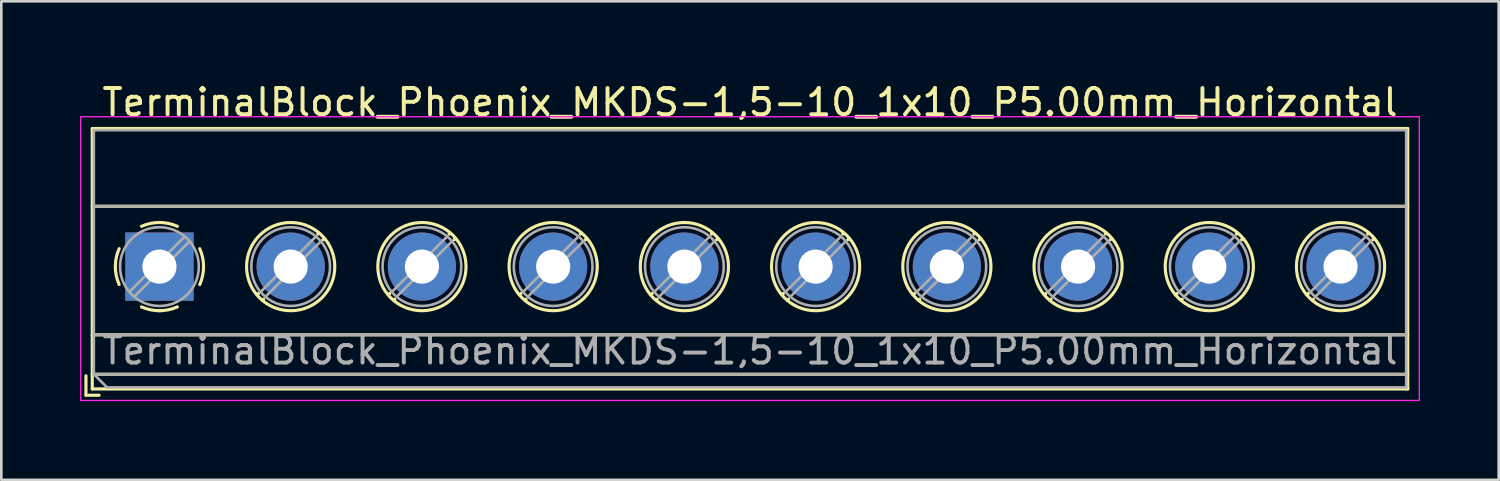
<source format=kicad_pcb>
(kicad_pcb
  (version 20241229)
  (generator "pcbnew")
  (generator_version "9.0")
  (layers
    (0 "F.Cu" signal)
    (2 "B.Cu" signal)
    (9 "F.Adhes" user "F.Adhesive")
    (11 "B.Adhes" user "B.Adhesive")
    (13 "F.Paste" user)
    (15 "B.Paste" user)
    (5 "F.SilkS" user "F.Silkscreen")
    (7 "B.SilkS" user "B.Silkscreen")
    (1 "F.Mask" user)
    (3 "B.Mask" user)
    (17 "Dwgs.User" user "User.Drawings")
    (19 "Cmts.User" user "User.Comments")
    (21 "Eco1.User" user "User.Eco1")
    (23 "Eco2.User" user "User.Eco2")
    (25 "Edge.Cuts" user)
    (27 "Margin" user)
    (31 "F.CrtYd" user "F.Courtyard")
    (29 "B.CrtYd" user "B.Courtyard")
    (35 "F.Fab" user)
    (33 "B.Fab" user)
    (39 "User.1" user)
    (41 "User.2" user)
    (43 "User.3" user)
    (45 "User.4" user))
  (footprint "TerminalBlock_Phoenix_MKDS-1,5-10_1x10_P5.00mm_Horizontal"
    (layer "F.Cu")
    (at 3.025 7.108)
    (property "Reference" "TerminalBlock_Phoenix_MKDS-1,5-10_1x10_P5.00mm_Horizontal" (at 22.5 -6.26 0) (layer "F.SilkS") (effects (font (size 1 1) (thickness 0.15))))
    (attr through_hole)
    (fp_line (start -2.8 4.16) (end -2.8 4.9) (stroke (width 0.12) (type solid)) (layer "F.SilkS"))
    (fp_line (start -2.8 4.9) (end -2.3 4.9) (stroke (width 0.12) (type solid)) (layer "F.SilkS"))
    (fp_line (start -2.56 -5.261) (end -2.56 4.66) (stroke (width 0.12) (type solid)) (layer "F.SilkS"))
    (fp_line (start -2.56 -5.261) (end 47.56 -5.261) (stroke (width 0.12) (type solid)) (layer "F.SilkS"))
    (fp_line (start -2.56 -2.301) (end 47.56 -2.301) (stroke (width 0.12) (type solid)) (layer "F.SilkS"))
    (fp_line (start -2.56 2.6) (end 47.56 2.6) (stroke (width 0.12) (type solid)) (layer "F.SilkS"))
    (fp_line (start -2.56 4.1) (end 47.56 4.1) (stroke (width 0.12) (type solid)) (layer "F.SilkS"))
    (fp_line (start -2.56 4.66) (end 47.56 4.66) (stroke (width 0.12) (type solid)) (layer "F.SilkS"))
    (fp_line (start 3.773 1.023) (end 3.726 1.069) (stroke (width 0.12) (type solid)) (layer "F.SilkS"))
    (fp_line (start 3.966 1.239) (end 3.931 1.274) (stroke (width 0.12) (type solid)) (layer "F.SilkS"))
    (fp_line (start 6.07 -1.275) (end 6.035 -1.239) (stroke (width 0.12) (type solid)) (layer "F.SilkS"))
    (fp_line (start 6.275 -1.069) (end 6.228 -1.023) (stroke (width 0.12) (type solid)) (layer "F.SilkS"))
    (fp_line (start 8.773 1.023) (end 8.726 1.069) (stroke (width 0.12) (type solid)) (layer "F.SilkS"))
    (fp_line (start 8.966 1.239) (end 8.931 1.274) (stroke (width 0.12) (type solid)) (layer "F.SilkS"))
    (fp_line (start 11.07 -1.275) (end 11.035 -1.239) (stroke (width 0.12) (type solid)) (layer "F.SilkS"))
    (fp_line (start 11.275 -1.069) (end 11.228 -1.023) (stroke (width 0.12) (type solid)) (layer "F.SilkS"))
    (fp_line (start 13.773 1.023) (end 13.726 1.069) (stroke (width 0.12) (type solid)) (layer "F.SilkS"))
    (fp_line (start 13.966 1.239) (end 13.931 1.274) (stroke (width 0.12) (type solid)) (layer "F.SilkS"))
    (fp_line (start 16.07 -1.275) (end 16.035 -1.239) (stroke (width 0.12) (type solid)) (layer "F.SilkS"))
    (fp_line (start 16.275 -1.069) (end 16.228 -1.023) (stroke (width 0.12) (type solid)) (layer "F.SilkS"))
    (fp_line (start 18.773 1.023) (end 18.726 1.069) (stroke (width 0.12) (type solid)) (layer "F.SilkS"))
    (fp_line (start 18.966 1.239) (end 18.931 1.274) (stroke (width 0.12) (type solid)) (layer "F.SilkS"))
    (fp_line (start 21.07 -1.275) (end 21.035 -1.239) (stroke (width 0.12) (type solid)) (layer "F.SilkS"))
    (fp_line (start 21.275 -1.069) (end 21.228 -1.023) (stroke (width 0.12) (type solid)) (layer "F.SilkS"))
    (fp_line (start 23.773 1.023) (end 23.726 1.069) (stroke (width 0.12) (type solid)) (layer "F.SilkS"))
    (fp_line (start 23.966 1.239) (end 23.931 1.274) (stroke (width 0.12) (type solid)) (layer "F.SilkS"))
    (fp_line (start 26.07 -1.275) (end 26.035 -1.239) (stroke (width 0.12) (type solid)) (layer "F.SilkS"))
    (fp_line (start 26.275 -1.069) (end 26.228 -1.023) (stroke (width 0.12) (type solid)) (layer "F.SilkS"))
    (fp_line (start 28.773 1.023) (end 28.726 1.069) (stroke (width 0.12) (type solid)) (layer "F.SilkS"))
    (fp_line (start 28.966 1.239) (end 28.931 1.274) (stroke (width 0.12) (type solid)) (layer "F.SilkS"))
    (fp_line (start 31.07 -1.275) (end 31.035 -1.239) (stroke (width 0.12) (type solid)) (layer "F.SilkS"))
    (fp_line (start 31.275 -1.069) (end 31.228 -1.023) (stroke (width 0.12) (type solid)) (layer "F.SilkS"))
    (fp_line (start 33.773 1.023) (end 33.726 1.069) (stroke (width 0.12) (type solid)) (layer "F.SilkS"))
    (fp_line (start 33.966 1.239) (end 33.931 1.274) (stroke (width 0.12) (type solid)) (layer "F.SilkS"))
    (fp_line (start 36.07 -1.275) (end 36.035 -1.239) (stroke (width 0.12) (type solid)) (layer "F.SilkS"))
    (fp_line (start 36.275 -1.069) (end 36.228 -1.023) (stroke (width 0.12) (type solid)) (layer "F.SilkS"))
    (fp_line (start 38.773 1.023) (end 38.726 1.069) (stroke (width 0.12) (type solid)) (layer "F.SilkS"))
    (fp_line (start 38.966 1.239) (end 38.931 1.274) (stroke (width 0.12) (type solid)) (layer "F.SilkS"))
    (fp_line (start 41.07 -1.275) (end 41.035 -1.239) (stroke (width 0.12) (type solid)) (layer "F.SilkS"))
    (fp_line (start 41.275 -1.069) (end 41.228 -1.023) (stroke (width 0.12) (type solid)) (layer "F.SilkS"))
    (fp_line (start 43.773 1.023) (end 43.726 1.069) (stroke (width 0.12) (type solid)) (layer "F.SilkS"))
    (fp_line (start 43.966 1.239) (end 43.931 1.274) (stroke (width 0.12) (type solid)) (layer "F.SilkS"))
    (fp_line (start 46.07 -1.275) (end 46.035 -1.239) (stroke (width 0.12) (type solid)) (layer "F.SilkS"))
    (fp_line (start 46.275 -1.069) (end 46.228 -1.023) (stroke (width 0.12) (type solid)) (layer "F.SilkS"))
    (fp_line (start 47.56 -5.261) (end 47.56 4.66) (stroke (width 0.12) (type solid)) (layer "F.SilkS"))
    (fp_arc (start -1.535427 0.683042) (mid -1.680501 -0.000524) (end -1.535 -0.684) (stroke (width 0.12) (type solid)) (layer "F.SilkS"))
    (fp_arc (start -0.683042 -1.535427) (mid 0.000524 -1.680501) (end 0.684 -1.535) (stroke (width 0.12) (type solid)) (layer "F.SilkS"))
    (fp_arc (start 0.028805 1.680253) (mid -0.335551 1.646659) (end -0.684 1.535) (stroke (width 0.12) (type solid)) (layer "F.SilkS"))
    (fp_arc (start 0.683318 1.534756) (mid 0.349292 1.643288) (end 0 1.68) (stroke (width 0.12) (type solid)) (layer "F.SilkS"))
    (fp_arc (start 1.535427 -0.683042) (mid 1.680501 0.000524) (end 1.535 0.684) (stroke (width 0.12) (type solid)) (layer "F.SilkS"))
    (fp_circle (center 5 0) (end 6.68 0) (stroke (width 0.12) (type solid)) (fill no) (layer "F.SilkS"))
    (fp_circle (center 10 0) (end 11.68 0) (stroke (width 0.12) (type solid)) (fill no) (layer "F.SilkS"))
    (fp_circle (center 15 0) (end 16.68 0) (stroke (width 0.12) (type solid)) (fill no) (layer "F.SilkS"))
    (fp_circle (center 20 0) (end 21.68 0) (stroke (width 0.12) (type solid)) (fill no) (layer "F.SilkS"))
    (fp_circle (center 25 0) (end 26.68 0) (stroke (width 0.12) (type solid)) (fill no) (layer "F.SilkS"))
    (fp_circle (center 30 0) (end 31.68 0) (stroke (width 0.12) (type solid)) (fill no) (layer "F.SilkS"))
    (fp_circle (center 35 0) (end 36.68 0) (stroke (width 0.12) (type solid)) (fill no) (layer "F.SilkS"))
    (fp_circle (center 40 0) (end 41.68 0) (stroke (width 0.12) (type solid)) (fill no) (layer "F.SilkS"))
    (fp_circle (center 45 0) (end 46.68 0) (stroke (width 0.12) (type solid)) (fill no) (layer "F.SilkS"))
    (fp_line (start -3 -5.71) (end -3 5.1) (stroke (width 0.05) (type solid)) (layer "F.CrtYd"))
    (fp_line (start -3 5.1) (end 48 5.1) (stroke (width 0.05) (type solid)) (layer "F.CrtYd"))
    (fp_line (start 48 -5.71) (end -3 -5.71) (stroke (width 0.05) (type solid)) (layer "F.CrtYd"))
    (fp_line (start 48 5.1) (end 48 -5.71) (stroke (width 0.05) (type solid)) (layer "F.CrtYd"))
    (fp_line (start -2.5 -5.2) (end 47.5 -5.2) (stroke (width 0.1) (type solid)) (layer "F.Fab"))
    (fp_line (start -2.5 -2.3) (end 47.5 -2.3) (stroke (width 0.1) (type solid)) (layer "F.Fab"))
    (fp_line (start -2.5 2.6) (end 47.5 2.6) (stroke (width 0.1) (type solid)) (layer "F.Fab"))
    (fp_line (start -2.5 4.1) (end -2.5 -5.2) (stroke (width 0.1) (type solid)) (layer "F.Fab"))
    (fp_line (start -2.5 4.1) (end 47.5 4.1) (stroke (width 0.1) (type solid)) (layer "F.Fab"))
    (fp_line (start -2 4.6) (end -2.5 4.1) (stroke (width 0.1) (type solid)) (layer "F.Fab"))
    (fp_line (start 0.955 -1.138) (end -1.138 0.955) (stroke (width 0.1) (type solid)) (layer "F.Fab"))
    (fp_line (start 1.138 -0.955) (end -0.955 1.138) (stroke (width 0.1) (type solid)) (layer "F.Fab"))
    (fp_line (start 5.955 -1.138) (end 3.863 0.955) (stroke (width 0.1) (type solid)) (layer "F.Fab"))
    (fp_line (start 6.138 -0.955) (end 4.046 1.138) (stroke (width 0.1) (type solid)) (layer "F.Fab"))
    (fp_line (start 10.955 -1.138) (end 8.863 0.955) (stroke (width 0.1) (type solid)) (layer "F.Fab"))
    (fp_line (start 11.138 -0.955) (end 9.046 1.138) (stroke (width 0.1) (type solid)) (layer "F.Fab"))
    (fp_line (start 15.955 -1.138) (end 13.863 0.955) (stroke (width 0.1) (type solid)) (layer "F.Fab"))
    (fp_line (start 16.138 -0.955) (end 14.046 1.138) (stroke (width 0.1) (type solid)) (layer "F.Fab"))
    (fp_line (start 20.955 -1.138) (end 18.863 0.955) (stroke (width 0.1) (type solid)) (layer "F.Fab"))
    (fp_line (start 21.138 -0.955) (end 19.046 1.138) (stroke (width 0.1) (type solid)) (layer "F.Fab"))
    (fp_line (start 25.955 -1.138) (end 23.863 0.955) (stroke (width 0.1) (type solid)) (layer "F.Fab"))
    (fp_line (start 26.138 -0.955) (end 24.046 1.138) (stroke (width 0.1) (type solid)) (layer "F.Fab"))
    (fp_line (start 30.955 -1.138) (end 28.863 0.955) (stroke (width 0.1) (type solid)) (layer "F.Fab"))
    (fp_line (start 31.138 -0.955) (end 29.046 1.138) (stroke (width 0.1) (type solid)) (layer "F.Fab"))
    (fp_line (start 35.955 -1.138) (end 33.863 0.955) (stroke (width 0.1) (type solid)) (layer "F.Fab"))
    (fp_line (start 36.138 -0.955) (end 34.046 1.138) (stroke (width 0.1) (type solid)) (layer "F.Fab"))
    (fp_line (start 40.955 -1.138) (end 38.863 0.955) (stroke (width 0.1) (type solid)) (layer "F.Fab"))
    (fp_line (start 41.138 -0.955) (end 39.046 1.138) (stroke (width 0.1) (type solid)) (layer "F.Fab"))
    (fp_line (start 45.955 -1.138) (end 43.863 0.955) (stroke (width 0.1) (type solid)) (layer "F.Fab"))
    (fp_line (start 46.138 -0.955) (end 44.046 1.138) (stroke (width 0.1) (type solid)) (layer "F.Fab"))
    (fp_line (start 47.5 -5.2) (end 47.5 4.6) (stroke (width 0.1) (type solid)) (layer "F.Fab"))
    (fp_line (start 47.5 4.6) (end -2 4.6) (stroke (width 0.1) (type solid)) (layer "F.Fab"))
    (fp_circle (center 0 0) (end 1.5 0) (stroke (width 0.1) (type solid)) (fill no) (layer "F.Fab"))
    (fp_circle (center 5 0) (end 6.5 0) (stroke (width 0.1) (type solid)) (fill no) (layer "F.Fab"))
    (fp_circle (center 10 0) (end 11.5 0) (stroke (width 0.1) (type solid)) (fill no) (layer "F.Fab"))
    (fp_circle (center 15 0) (end 16.5 0) (stroke (width 0.1) (type solid)) (fill no) (layer "F.Fab"))
    (fp_circle (center 20 0) (end 21.5 0) (stroke (width 0.1) (type solid)) (fill no) (layer "F.Fab"))
    (fp_circle (center 25 0) (end 26.5 0) (stroke (width 0.1) (type solid)) (fill no) (layer "F.Fab"))
    (fp_circle (center 30 0) (end 31.5 0) (stroke (width 0.1) (type solid)) (fill no) (layer "F.Fab"))
    (fp_circle (center 35 0) (end 36.5 0) (stroke (width 0.1) (type solid)) (fill no) (layer "F.Fab"))
    (fp_circle (center 40 0) (end 41.5 0) (stroke (width 0.1) (type solid)) (fill no) (layer "F.Fab"))
    (fp_circle (center 45 0) (end 46.5 0) (stroke (width 0.1) (type solid)) (fill no) (layer "F.Fab"))
    (fp_text user "${REFERENCE}" (at 22.5 3.2 0) (layer "F.Fab") (effects (font (size 1 1) (thickness 0.15))))
    (pad "1" thru_hole rect (at 0 0) (size 2.6 2.6) (drill 1.3) (layers "*.Cu" "*.Mask"))
    (pad "2" thru_hole circle (at 5 0) (size 2.6 2.6) (drill 1.3) (layers "*.Cu" "*.Mask"))
    (pad "3" thru_hole circle (at 10 0) (size 2.6 2.6) (drill 1.3) (layers "*.Cu" "*.Mask"))
    (pad "4" thru_hole circle (at 15 0) (size 2.6 2.6) (drill 1.3) (layers "*.Cu" "*.Mask"))
    (pad "5" thru_hole circle (at 20 0) (size 2.6 2.6) (drill 1.3) (layers "*.Cu" "*.Mask"))
    (pad "6" thru_hole circle (at 25 0) (size 2.6 2.6) (drill 1.3) (layers "*.Cu" "*.Mask"))
    (pad "7" thru_hole circle (at 30 0) (size 2.6 2.6) (drill 1.3) (layers "*.Cu" "*.Mask"))
    (pad "8" thru_hole circle (at 35 0) (size 2.6 2.6) (drill 1.3) (layers "*.Cu" "*.Mask"))
    (pad "9" thru_hole circle (at 40 0) (size 2.6 2.6) (drill 1.3) (layers "*.Cu" "*.Mask"))
    (pad "10" thru_hole circle (at 45 0) (size 2.6 2.6) (drill 1.3) (layers "*.Cu" "*.Mask")))
  (gr_rect
    (start -3 -3)
    (end 54.05 15.233)
    (stroke (width 0.1) (type default))
    (fill no)
    (layer "Edge.Cuts")))
</source>
